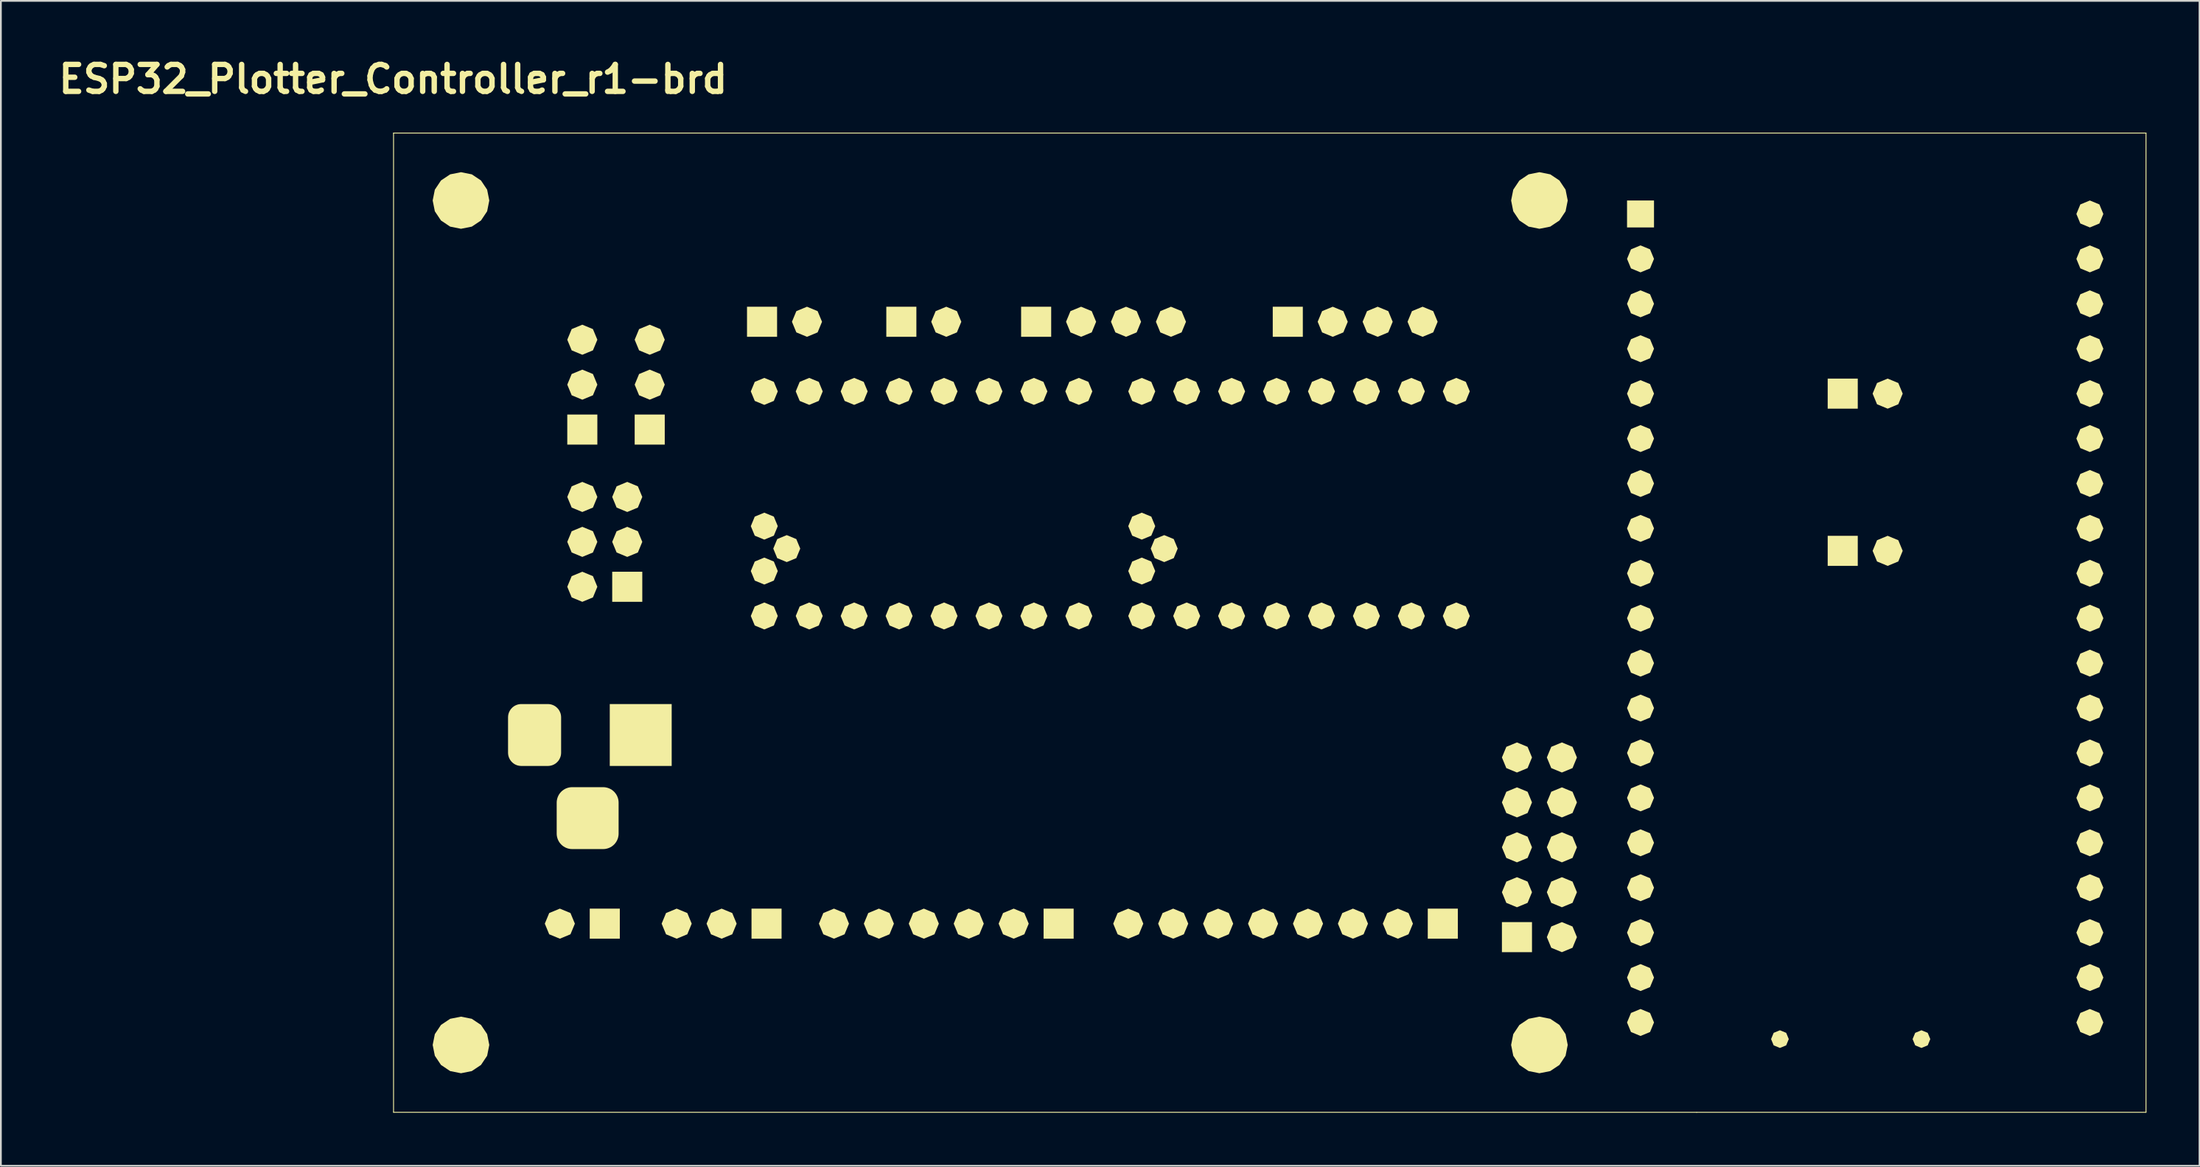
<source format=kicad_pcb>
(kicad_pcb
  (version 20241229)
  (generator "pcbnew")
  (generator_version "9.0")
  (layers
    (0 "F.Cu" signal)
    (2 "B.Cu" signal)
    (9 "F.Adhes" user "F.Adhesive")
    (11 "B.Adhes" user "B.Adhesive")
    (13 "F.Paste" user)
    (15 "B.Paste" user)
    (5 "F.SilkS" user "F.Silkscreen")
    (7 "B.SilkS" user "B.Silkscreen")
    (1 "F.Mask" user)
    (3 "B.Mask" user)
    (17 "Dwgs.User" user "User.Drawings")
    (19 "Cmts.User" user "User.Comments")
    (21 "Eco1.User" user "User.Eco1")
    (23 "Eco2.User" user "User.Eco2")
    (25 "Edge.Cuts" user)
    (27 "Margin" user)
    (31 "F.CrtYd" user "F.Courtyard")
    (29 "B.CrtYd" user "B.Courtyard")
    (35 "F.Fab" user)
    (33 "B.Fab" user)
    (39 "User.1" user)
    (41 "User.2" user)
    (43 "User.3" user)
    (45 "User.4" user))
  (footprint "ESP32_Plotter_Controller_r1-brd"
    (layer "F.Cu")
    (at 19.173 4.452)
    (property "Reference" "ESP32_Plotter_Controller_r1-brd" (at 0 -3.025 0) (layer "F.SilkS") (effects (font (size 1.524 1.524) (thickness 0.305))))
    (attr exclude_from_pos_files exclude_from_bom)
    (fp_line (start 0.023 0.023) (end 0.023 55.395) (stroke (width 0.05) (type solid)) (layer "F.SilkS"))
    (fp_line (start 0.023 0.023) (end 99.083 0.023) (stroke (width 0.05) (type solid)) (layer "F.SilkS"))
    (fp_line (start 0.023 55.395) (end 73.683 55.395) (stroke (width 0.05) (type solid)) (layer "F.SilkS"))
    (fp_line (start 73.683 55.395) (end 99.083 55.395) (stroke (width 0.05) (type solid)) (layer "F.SilkS"))
    (fp_line (start 99.083 0.023) (end 99.083 55.395) (stroke (width 0.05) (type solid)) (layer "F.SilkS"))
    (fp_poly (pts (xy 11.113 43.879) (xy 12.813 43.879) (xy 12.813 45.579) (xy 11.113 45.579) (xy 11.113 43.879)) (stroke (width 0) (type solid)) (fill yes) (layer "F.SilkS"))
    (fp_poly (pts (xy 11.543 15.939) (xy 11.543 17.639) (xy 9.843 17.639) (xy 9.843 15.939) (xy 11.543 15.939)) (stroke (width 0) (type solid)) (fill yes) (layer "F.SilkS"))
    (fp_poly (pts (xy 12.245 35.811) (xy 12.245 32.311) (xy 15.745 32.311) (xy 15.745 35.811) (xy 12.245 35.811)) (stroke (width 0) (type solid)) (fill yes) (layer "F.SilkS"))
    (fp_poly (pts (xy 14.083 24.829) (xy 14.083 26.529) (xy 12.383 26.529) (xy 12.383 24.829) (xy 14.083 24.829)) (stroke (width 0) (type solid)) (fill yes) (layer "F.SilkS"))
    (fp_poly (pts (xy 15.353 15.939) (xy 15.353 17.639) (xy 13.653 17.639) (xy 13.653 15.939) (xy 15.353 15.939)) (stroke (width 0) (type solid)) (fill yes) (layer "F.SilkS"))
    (fp_poly (pts (xy 20.257 43.879) (xy 21.957 43.879) (xy 21.957 45.579) (xy 20.257 45.579) (xy 20.257 43.879)) (stroke (width 0) (type solid)) (fill yes) (layer "F.SilkS"))
    (fp_poly (pts (xy 21.703 11.543) (xy 20.003 11.543) (xy 20.003 9.843) (xy 21.703 9.843) (xy 21.703 11.543)) (stroke (width 0) (type solid)) (fill yes) (layer "F.SilkS"))
    (fp_poly (pts (xy 29.577 11.543) (xy 27.877 11.543) (xy 27.877 9.843) (xy 29.577 9.843) (xy 29.577 11.543)) (stroke (width 0) (type solid)) (fill yes) (layer "F.SilkS"))
    (fp_poly (pts (xy 36.767 43.879) (xy 38.467 43.879) (xy 38.467 45.579) (xy 36.767 45.579) (xy 36.767 43.879)) (stroke (width 0) (type solid)) (fill yes) (layer "F.SilkS"))
    (fp_poly (pts (xy 37.197 11.543) (xy 35.497 11.543) (xy 35.497 9.843) (xy 37.197 9.843) (xy 37.197 11.543)) (stroke (width 0) (type solid)) (fill yes) (layer "F.SilkS"))
    (fp_poly (pts (xy 51.421 11.543) (xy 49.721 11.543) (xy 49.721 9.843) (xy 51.421 9.843) (xy 51.421 11.543)) (stroke (width 0) (type solid)) (fill yes) (layer "F.SilkS"))
    (fp_poly (pts (xy 58.484 43.879) (xy 60.184 43.879) (xy 60.184 45.579) (xy 58.484 45.579) (xy 58.484 43.879)) (stroke (width 0) (type solid)) (fill yes) (layer "F.SilkS"))
    (fp_poly (pts (xy 64.375 44.641) (xy 64.375 46.341) (xy 62.675 46.341) (xy 62.675 44.641) (xy 64.375 44.641)) (stroke (width 0) (type solid)) (fill yes) (layer "F.SilkS"))
    (fp_poly (pts (xy 69.748 5.359) (xy 69.748 3.835) (xy 71.272 3.835) (xy 71.272 5.359) (xy 69.748 5.359)) (stroke (width 0) (type solid)) (fill yes) (layer "F.SilkS"))
    (fp_poly (pts (xy 82.79 15.607) (xy 81.09 15.607) (xy 81.09 13.907) (xy 82.79 13.907) (xy 82.79 15.607)) (stroke (width 0) (type solid)) (fill yes) (layer "F.SilkS"))
    (fp_poly (pts (xy 82.79 24.497) (xy 81.09 24.497) (xy 81.09 22.797) (xy 82.79 22.797) (xy 82.79 24.497)) (stroke (width 0) (type solid)) (fill yes) (layer "F.SilkS"))
    (fp_poly (pts (xy 10.273 44.729) (xy 10.024 45.33) (xy 9.423 45.579) (xy 8.822 45.33) (xy 8.573 44.729) (xy 8.822 44.128) (xy 9.423 43.879) (xy 10.024 44.128) (xy 10.273 44.729)) (stroke (width 0) (type solid)) (fill yes) (layer "F.SilkS"))
    (fp_poly (pts (xy 11.543 11.709) (xy 11.294 12.31) (xy 10.693 12.559) (xy 10.092 12.31) (xy 9.843 11.709) (xy 10.092 11.108) (xy 10.693 10.859) (xy 11.294 11.108) (xy 11.543 11.709)) (stroke (width 0) (type solid)) (fill yes) (layer "F.SilkS"))
    (fp_poly (pts (xy 11.543 14.249) (xy 11.294 14.85) (xy 10.693 15.099) (xy 10.092 14.85) (xy 9.843 14.249) (xy 10.092 13.648) (xy 10.693 13.399) (xy 11.294 13.648) (xy 11.543 14.249)) (stroke (width 0) (type solid)) (fill yes) (layer "F.SilkS"))
    (fp_poly (pts (xy 11.543 20.599) (xy 11.294 21.2) (xy 10.693 21.449) (xy 10.092 21.2) (xy 9.843 20.599) (xy 10.092 19.998) (xy 10.693 19.749) (xy 11.294 19.998) (xy 11.543 20.599)) (stroke (width 0) (type solid)) (fill yes) (layer "F.SilkS"))
    (fp_poly (pts (xy 11.543 23.139) (xy 11.294 23.74) (xy 10.693 23.989) (xy 10.092 23.74) (xy 9.843 23.139) (xy 10.092 22.538) (xy 10.693 22.289) (xy 11.294 22.538) (xy 11.543 23.139)) (stroke (width 0) (type solid)) (fill yes) (layer "F.SilkS"))
    (fp_poly (pts (xy 11.543 25.679) (xy 11.294 26.28) (xy 10.693 26.529) (xy 10.092 26.28) (xy 9.843 25.679) (xy 10.092 25.078) (xy 10.693 24.829) (xy 11.294 25.078) (xy 11.543 25.679)) (stroke (width 0) (type solid)) (fill yes) (layer "F.SilkS"))
    (fp_poly (pts (xy 14.083 20.599) (xy 13.834 21.2) (xy 13.233 21.449) (xy 12.632 21.2) (xy 12.383 20.599) (xy 12.632 19.998) (xy 13.233 19.749) (xy 13.834 19.998) (xy 14.083 20.599)) (stroke (width 0) (type solid)) (fill yes) (layer "F.SilkS"))
    (fp_poly (pts (xy 14.083 23.139) (xy 13.834 23.74) (xy 13.233 23.989) (xy 12.632 23.74) (xy 12.383 23.139) (xy 12.632 22.538) (xy 13.233 22.289) (xy 13.834 22.538) (xy 14.083 23.139)) (stroke (width 0) (type solid)) (fill yes) (layer "F.SilkS"))
    (fp_poly (pts (xy 15.353 11.709) (xy 15.104 12.31) (xy 14.503 12.559) (xy 13.902 12.31) (xy 13.653 11.709) (xy 13.902 11.108) (xy 14.503 10.859) (xy 15.104 11.108) (xy 15.353 11.709)) (stroke (width 0) (type solid)) (fill yes) (layer "F.SilkS"))
    (fp_poly (pts (xy 15.353 14.249) (xy 15.104 14.85) (xy 14.503 15.099) (xy 13.902 14.85) (xy 13.653 14.249) (xy 13.902 13.648) (xy 14.503 13.399) (xy 15.104 13.648) (xy 15.353 14.249)) (stroke (width 0) (type solid)) (fill yes) (layer "F.SilkS"))
    (fp_poly (pts (xy 16.877 44.729) (xy 16.628 45.33) (xy 16.027 45.579) (xy 15.426 45.33) (xy 15.177 44.729) (xy 15.426 44.128) (xy 16.027 43.879) (xy 16.628 44.128) (xy 16.877 44.729)) (stroke (width 0) (type solid)) (fill yes) (layer "F.SilkS"))
    (fp_poly (pts (xy 19.417 44.729) (xy 19.168 45.33) (xy 18.567 45.579) (xy 17.966 45.33) (xy 17.717 44.729) (xy 17.966 44.128) (xy 18.567 43.879) (xy 19.168 44.128) (xy 19.417 44.729)) (stroke (width 0) (type solid)) (fill yes) (layer "F.SilkS"))
    (fp_poly (pts (xy 21.742 14.63) (xy 21.519 15.169) (xy 20.98 15.392) (xy 20.441 15.169) (xy 20.218 14.63) (xy 20.441 14.091) (xy 20.98 13.868) (xy 21.519 14.091) (xy 21.742 14.63)) (stroke (width 0) (type solid)) (fill yes) (layer "F.SilkS"))
    (fp_poly (pts (xy 21.742 22.25) (xy 21.519 22.789) (xy 20.98 23.012) (xy 20.441 22.789) (xy 20.218 22.25) (xy 20.441 21.711) (xy 20.98 21.488) (xy 21.519 21.711) (xy 21.742 22.25)) (stroke (width 0) (type solid)) (fill yes) (layer "F.SilkS"))
    (fp_poly (pts (xy 21.742 24.79) (xy 21.519 25.329) (xy 20.98 25.552) (xy 20.441 25.329) (xy 20.218 24.79) (xy 20.441 24.251) (xy 20.98 24.028) (xy 21.519 24.251) (xy 21.742 24.79)) (stroke (width 0) (type solid)) (fill yes) (layer "F.SilkS"))
    (fp_poly (pts (xy 21.742 27.33) (xy 21.519 27.869) (xy 20.98 28.092) (xy 20.441 27.869) (xy 20.218 27.33) (xy 20.441 26.791) (xy 20.98 26.568) (xy 21.519 26.791) (xy 21.742 27.33)) (stroke (width 0) (type solid)) (fill yes) (layer "F.SilkS"))
    (fp_poly (pts (xy 23.012 23.52) (xy 22.789 24.059) (xy 22.25 24.282) (xy 21.711 24.059) (xy 21.488 23.52) (xy 21.711 22.981) (xy 22.25 22.758) (xy 22.789 22.981) (xy 23.012 23.52)) (stroke (width 0) (type solid)) (fill yes) (layer "F.SilkS"))
    (fp_poly (pts (xy 24.243 10.693) (xy 23.994 11.294) (xy 23.393 11.543) (xy 22.792 11.294) (xy 22.543 10.693) (xy 22.792 10.092) (xy 23.393 9.843) (xy 23.994 10.092) (xy 24.243 10.693)) (stroke (width 0) (type solid)) (fill yes) (layer "F.SilkS"))
    (fp_poly (pts (xy 24.282 14.63) (xy 24.059 15.169) (xy 23.52 15.392) (xy 22.981 15.169) (xy 22.758 14.63) (xy 22.981 14.091) (xy 23.52 13.868) (xy 24.059 14.091) (xy 24.282 14.63)) (stroke (width 0) (type solid)) (fill yes) (layer "F.SilkS"))
    (fp_poly (pts (xy 24.282 27.33) (xy 24.059 27.869) (xy 23.52 28.092) (xy 22.981 27.869) (xy 22.758 27.33) (xy 22.981 26.791) (xy 23.52 26.568) (xy 24.059 26.791) (xy 24.282 27.33)) (stroke (width 0) (type solid)) (fill yes) (layer "F.SilkS"))
    (fp_poly (pts (xy 25.767 44.729) (xy 25.518 45.33) (xy 24.917 45.579) (xy 24.316 45.33) (xy 24.067 44.729) (xy 24.316 44.128) (xy 24.917 43.879) (xy 25.518 44.128) (xy 25.767 44.729)) (stroke (width 0) (type solid)) (fill yes) (layer "F.SilkS"))
    (fp_poly (pts (xy 26.822 14.63) (xy 26.599 15.169) (xy 26.06 15.392) (xy 25.521 15.169) (xy 25.298 14.63) (xy 25.521 14.091) (xy 26.06 13.868) (xy 26.599 14.091) (xy 26.822 14.63)) (stroke (width 0) (type solid)) (fill yes) (layer "F.SilkS"))
    (fp_poly (pts (xy 26.822 27.33) (xy 26.599 27.869) (xy 26.06 28.092) (xy 25.521 27.869) (xy 25.298 27.33) (xy 25.521 26.791) (xy 26.06 26.568) (xy 26.599 26.791) (xy 26.822 27.33)) (stroke (width 0) (type solid)) (fill yes) (layer "F.SilkS"))
    (fp_poly (pts (xy 28.307 44.729) (xy 28.058 45.33) (xy 27.457 45.579) (xy 26.856 45.33) (xy 26.607 44.729) (xy 26.856 44.128) (xy 27.457 43.879) (xy 28.058 44.128) (xy 28.307 44.729)) (stroke (width 0) (type solid)) (fill yes) (layer "F.SilkS"))
    (fp_poly (pts (xy 29.362 14.63) (xy 29.139 15.169) (xy 28.6 15.392) (xy 28.061 15.169) (xy 27.838 14.63) (xy 28.061 14.091) (xy 28.6 13.868) (xy 29.139 14.091) (xy 29.362 14.63)) (stroke (width 0) (type solid)) (fill yes) (layer "F.SilkS"))
    (fp_poly (pts (xy 29.362 27.33) (xy 29.139 27.869) (xy 28.6 28.092) (xy 28.061 27.869) (xy 27.838 27.33) (xy 28.061 26.791) (xy 28.6 26.568) (xy 29.139 26.791) (xy 29.362 27.33)) (stroke (width 0) (type solid)) (fill yes) (layer "F.SilkS"))
    (fp_poly (pts (xy 30.847 44.729) (xy 30.598 45.33) (xy 29.997 45.579) (xy 29.396 45.33) (xy 29.147 44.729) (xy 29.396 44.128) (xy 29.997 43.879) (xy 30.598 44.128) (xy 30.847 44.729)) (stroke (width 0) (type solid)) (fill yes) (layer "F.SilkS"))
    (fp_poly (pts (xy 31.902 14.63) (xy 31.679 15.169) (xy 31.14 15.392) (xy 30.601 15.169) (xy 30.378 14.63) (xy 30.601 14.091) (xy 31.14 13.868) (xy 31.679 14.091) (xy 31.902 14.63)) (stroke (width 0) (type solid)) (fill yes) (layer "F.SilkS"))
    (fp_poly (pts (xy 31.902 27.33) (xy 31.679 27.869) (xy 31.14 28.092) (xy 30.601 27.869) (xy 30.378 27.33) (xy 30.601 26.791) (xy 31.14 26.568) (xy 31.679 26.791) (xy 31.902 27.33)) (stroke (width 0) (type solid)) (fill yes) (layer "F.SilkS"))
    (fp_poly (pts (xy 32.117 10.693) (xy 31.868 11.294) (xy 31.267 11.543) (xy 30.666 11.294) (xy 30.417 10.693) (xy 30.666 10.092) (xy 31.267 9.843) (xy 31.868 10.092) (xy 32.117 10.693)) (stroke (width 0) (type solid)) (fill yes) (layer "F.SilkS"))
    (fp_poly (pts (xy 33.387 44.729) (xy 33.138 45.33) (xy 32.537 45.579) (xy 31.936 45.33) (xy 31.687 44.729) (xy 31.936 44.128) (xy 32.537 43.879) (xy 33.138 44.128) (xy 33.387 44.729)) (stroke (width 0) (type solid)) (fill yes) (layer "F.SilkS"))
    (fp_poly (pts (xy 34.442 14.63) (xy 34.219 15.169) (xy 33.68 15.392) (xy 33.141 15.169) (xy 32.918 14.63) (xy 33.141 14.091) (xy 33.68 13.868) (xy 34.219 14.091) (xy 34.442 14.63)) (stroke (width 0) (type solid)) (fill yes) (layer "F.SilkS"))
    (fp_poly (pts (xy 34.442 27.33) (xy 34.219 27.869) (xy 33.68 28.092) (xy 33.141 27.869) (xy 32.918 27.33) (xy 33.141 26.791) (xy 33.68 26.568) (xy 34.219 26.791) (xy 34.442 27.33)) (stroke (width 0) (type solid)) (fill yes) (layer "F.SilkS"))
    (fp_poly (pts (xy 35.927 44.729) (xy 35.678 45.33) (xy 35.077 45.579) (xy 34.476 45.33) (xy 34.227 44.729) (xy 34.476 44.128) (xy 35.077 43.879) (xy 35.678 44.128) (xy 35.927 44.729)) (stroke (width 0) (type solid)) (fill yes) (layer "F.SilkS"))
    (fp_poly (pts (xy 36.982 14.63) (xy 36.759 15.169) (xy 36.22 15.392) (xy 35.681 15.169) (xy 35.458 14.63) (xy 35.681 14.091) (xy 36.22 13.868) (xy 36.759 14.091) (xy 36.982 14.63)) (stroke (width 0) (type solid)) (fill yes) (layer "F.SilkS"))
    (fp_poly (pts (xy 36.982 27.33) (xy 36.759 27.869) (xy 36.22 28.092) (xy 35.681 27.869) (xy 35.458 27.33) (xy 35.681 26.791) (xy 36.22 26.568) (xy 36.759 26.791) (xy 36.982 27.33)) (stroke (width 0) (type solid)) (fill yes) (layer "F.SilkS"))
    (fp_poly (pts (xy 39.522 14.63) (xy 39.299 15.169) (xy 38.76 15.392) (xy 38.221 15.169) (xy 37.998 14.63) (xy 38.221 14.091) (xy 38.76 13.868) (xy 39.299 14.091) (xy 39.522 14.63)) (stroke (width 0) (type solid)) (fill yes) (layer "F.SilkS"))
    (fp_poly (pts (xy 39.522 27.33) (xy 39.299 27.869) (xy 38.76 28.092) (xy 38.221 27.869) (xy 37.998 27.33) (xy 38.221 26.791) (xy 38.76 26.568) (xy 39.299 26.791) (xy 39.522 27.33)) (stroke (width 0) (type solid)) (fill yes) (layer "F.SilkS"))
    (fp_poly (pts (xy 39.737 10.693) (xy 39.488 11.294) (xy 38.887 11.543) (xy 38.286 11.294) (xy 38.037 10.693) (xy 38.286 10.092) (xy 38.887 9.843) (xy 39.488 10.092) (xy 39.737 10.693)) (stroke (width 0) (type solid)) (fill yes) (layer "F.SilkS"))
    (fp_poly (pts (xy 42.277 10.693) (xy 42.028 11.294) (xy 41.427 11.543) (xy 40.826 11.294) (xy 40.577 10.693) (xy 40.826 10.092) (xy 41.427 9.843) (xy 42.028 10.092) (xy 42.277 10.693)) (stroke (width 0) (type solid)) (fill yes) (layer "F.SilkS"))
    (fp_poly (pts (xy 42.404 44.729) (xy 42.155 45.33) (xy 41.554 45.579) (xy 40.953 45.33) (xy 40.704 44.729) (xy 40.953 44.128) (xy 41.554 43.879) (xy 42.155 44.128) (xy 42.404 44.729)) (stroke (width 0) (type solid)) (fill yes) (layer "F.SilkS"))
    (fp_poly (pts (xy 43.078 14.63) (xy 42.855 15.169) (xy 42.316 15.392) (xy 41.777 15.169) (xy 41.554 14.63) (xy 41.777 14.091) (xy 42.316 13.868) (xy 42.855 14.091) (xy 43.078 14.63)) (stroke (width 0) (type solid)) (fill yes) (layer "F.SilkS"))
    (fp_poly (pts (xy 43.078 22.25) (xy 42.855 22.789) (xy 42.316 23.012) (xy 41.777 22.789) (xy 41.554 22.25) (xy 41.777 21.711) (xy 42.316 21.488) (xy 42.855 21.711) (xy 43.078 22.25)) (stroke (width 0) (type solid)) (fill yes) (layer "F.SilkS"))
    (fp_poly (pts (xy 43.078 24.79) (xy 42.855 25.329) (xy 42.316 25.552) (xy 41.777 25.329) (xy 41.554 24.79) (xy 41.777 24.251) (xy 42.316 24.028) (xy 42.855 24.251) (xy 43.078 24.79)) (stroke (width 0) (type solid)) (fill yes) (layer "F.SilkS"))
    (fp_poly (pts (xy 43.078 27.33) (xy 42.855 27.869) (xy 42.316 28.092) (xy 41.777 27.869) (xy 41.554 27.33) (xy 41.777 26.791) (xy 42.316 26.568) (xy 42.855 26.791) (xy 43.078 27.33)) (stroke (width 0) (type solid)) (fill yes) (layer "F.SilkS"))
    (fp_poly (pts (xy 44.348 23.52) (xy 44.125 24.059) (xy 43.586 24.282) (xy 43.047 24.059) (xy 42.824 23.52) (xy 43.047 22.981) (xy 43.586 22.758) (xy 44.125 22.981) (xy 44.348 23.52)) (stroke (width 0) (type solid)) (fill yes) (layer "F.SilkS"))
    (fp_poly (pts (xy 44.817 10.693) (xy 44.568 11.294) (xy 43.967 11.543) (xy 43.366 11.294) (xy 43.117 10.693) (xy 43.366 10.092) (xy 43.967 9.843) (xy 44.568 10.092) (xy 44.817 10.693)) (stroke (width 0) (type solid)) (fill yes) (layer "F.SilkS"))
    (fp_poly (pts (xy 44.944 44.729) (xy 44.695 45.33) (xy 44.094 45.579) (xy 43.493 45.33) (xy 43.244 44.729) (xy 43.493 44.128) (xy 44.094 43.879) (xy 44.695 44.128) (xy 44.944 44.729)) (stroke (width 0) (type solid)) (fill yes) (layer "F.SilkS"))
    (fp_poly (pts (xy 45.618 14.63) (xy 45.395 15.169) (xy 44.856 15.392) (xy 44.317 15.169) (xy 44.094 14.63) (xy 44.317 14.091) (xy 44.856 13.868) (xy 45.395 14.091) (xy 45.618 14.63)) (stroke (width 0) (type solid)) (fill yes) (layer "F.SilkS"))
    (fp_poly (pts (xy 45.618 27.33) (xy 45.395 27.869) (xy 44.856 28.092) (xy 44.317 27.869) (xy 44.094 27.33) (xy 44.317 26.791) (xy 44.856 26.568) (xy 45.395 26.791) (xy 45.618 27.33)) (stroke (width 0) (type solid)) (fill yes) (layer "F.SilkS"))
    (fp_poly (pts (xy 47.484 44.729) (xy 47.235 45.33) (xy 46.634 45.579) (xy 46.033 45.33) (xy 45.784 44.729) (xy 46.033 44.128) (xy 46.634 43.879) (xy 47.235 44.128) (xy 47.484 44.729)) (stroke (width 0) (type solid)) (fill yes) (layer "F.SilkS"))
    (fp_poly (pts (xy 48.158 14.63) (xy 47.935 15.169) (xy 47.396 15.392) (xy 46.857 15.169) (xy 46.634 14.63) (xy 46.857 14.091) (xy 47.396 13.868) (xy 47.935 14.091) (xy 48.158 14.63)) (stroke (width 0) (type solid)) (fill yes) (layer "F.SilkS"))
    (fp_poly (pts (xy 48.158 27.33) (xy 47.935 27.869) (xy 47.396 28.092) (xy 46.857 27.869) (xy 46.634 27.33) (xy 46.857 26.791) (xy 47.396 26.568) (xy 47.935 26.791) (xy 48.158 27.33)) (stroke (width 0) (type solid)) (fill yes) (layer "F.SilkS"))
    (fp_poly (pts (xy 50.024 44.729) (xy 49.775 45.33) (xy 49.174 45.579) (xy 48.573 45.33) (xy 48.324 44.729) (xy 48.573 44.128) (xy 49.174 43.879) (xy 49.775 44.128) (xy 50.024 44.729)) (stroke (width 0) (type solid)) (fill yes) (layer "F.SilkS"))
    (fp_poly (pts (xy 50.698 14.63) (xy 50.475 15.169) (xy 49.936 15.392) (xy 49.397 15.169) (xy 49.174 14.63) (xy 49.397 14.091) (xy 49.936 13.868) (xy 50.475 14.091) (xy 50.698 14.63)) (stroke (width 0) (type solid)) (fill yes) (layer "F.SilkS"))
    (fp_poly (pts (xy 50.698 27.33) (xy 50.475 27.869) (xy 49.936 28.092) (xy 49.397 27.869) (xy 49.174 27.33) (xy 49.397 26.791) (xy 49.936 26.568) (xy 50.475 26.791) (xy 50.698 27.33)) (stroke (width 0) (type solid)) (fill yes) (layer "F.SilkS"))
    (fp_poly (pts (xy 52.564 44.729) (xy 52.315 45.33) (xy 51.714 45.579) (xy 51.113 45.33) (xy 50.864 44.729) (xy 51.113 44.128) (xy 51.714 43.879) (xy 52.315 44.128) (xy 52.564 44.729)) (stroke (width 0) (type solid)) (fill yes) (layer "F.SilkS"))
    (fp_poly (pts (xy 53.238 14.63) (xy 53.015 15.169) (xy 52.476 15.392) (xy 51.937 15.169) (xy 51.714 14.63) (xy 51.937 14.091) (xy 52.476 13.868) (xy 53.015 14.091) (xy 53.238 14.63)) (stroke (width 0) (type solid)) (fill yes) (layer "F.SilkS"))
    (fp_poly (pts (xy 53.238 27.33) (xy 53.015 27.869) (xy 52.476 28.092) (xy 51.937 27.869) (xy 51.714 27.33) (xy 51.937 26.791) (xy 52.476 26.568) (xy 53.015 26.791) (xy 53.238 27.33)) (stroke (width 0) (type solid)) (fill yes) (layer "F.SilkS"))
    (fp_poly (pts (xy 53.961 10.693) (xy 53.712 11.294) (xy 53.111 11.543) (xy 52.51 11.294) (xy 52.261 10.693) (xy 52.51 10.092) (xy 53.111 9.843) (xy 53.712 10.092) (xy 53.961 10.693)) (stroke (width 0) (type solid)) (fill yes) (layer "F.SilkS"))
    (fp_poly (pts (xy 55.104 44.729) (xy 54.855 45.33) (xy 54.254 45.579) (xy 53.653 45.33) (xy 53.404 44.729) (xy 53.653 44.128) (xy 54.254 43.879) (xy 54.855 44.128) (xy 55.104 44.729)) (stroke (width 0) (type solid)) (fill yes) (layer "F.SilkS"))
    (fp_poly (pts (xy 55.778 14.63) (xy 55.555 15.169) (xy 55.016 15.392) (xy 54.477 15.169) (xy 54.254 14.63) (xy 54.477 14.091) (xy 55.016 13.868) (xy 55.555 14.091) (xy 55.778 14.63)) (stroke (width 0) (type solid)) (fill yes) (layer "F.SilkS"))
    (fp_poly (pts (xy 55.778 27.33) (xy 55.555 27.869) (xy 55.016 28.092) (xy 54.477 27.869) (xy 54.254 27.33) (xy 54.477 26.791) (xy 55.016 26.568) (xy 55.555 26.791) (xy 55.778 27.33)) (stroke (width 0) (type solid)) (fill yes) (layer "F.SilkS"))
    (fp_poly (pts (xy 56.501 10.693) (xy 56.252 11.294) (xy 55.651 11.543) (xy 55.05 11.294) (xy 54.801 10.693) (xy 55.05 10.092) (xy 55.651 9.843) (xy 56.252 10.092) (xy 56.501 10.693)) (stroke (width 0) (type solid)) (fill yes) (layer "F.SilkS"))
    (fp_poly (pts (xy 57.644 44.729) (xy 57.395 45.33) (xy 56.794 45.579) (xy 56.193 45.33) (xy 55.944 44.729) (xy 56.193 44.128) (xy 56.794 43.879) (xy 57.395 44.128) (xy 57.644 44.729)) (stroke (width 0) (type solid)) (fill yes) (layer "F.SilkS"))
    (fp_poly (pts (xy 58.318 14.63) (xy 58.095 15.169) (xy 57.556 15.392) (xy 57.017 15.169) (xy 56.794 14.63) (xy 57.017 14.091) (xy 57.556 13.868) (xy 58.095 14.091) (xy 58.318 14.63)) (stroke (width 0) (type solid)) (fill yes) (layer "F.SilkS"))
    (fp_poly (pts (xy 58.318 27.33) (xy 58.095 27.869) (xy 57.556 28.092) (xy 57.017 27.869) (xy 56.794 27.33) (xy 57.017 26.791) (xy 57.556 26.568) (xy 58.095 26.791) (xy 58.318 27.33)) (stroke (width 0) (type solid)) (fill yes) (layer "F.SilkS"))
    (fp_poly (pts (xy 59.041 10.693) (xy 58.792 11.294) (xy 58.191 11.543) (xy 57.59 11.294) (xy 57.341 10.693) (xy 57.59 10.092) (xy 58.191 9.843) (xy 58.792 10.092) (xy 59.041 10.693)) (stroke (width 0) (type solid)) (fill yes) (layer "F.SilkS"))
    (fp_poly (pts (xy 60.858 14.63) (xy 60.635 15.169) (xy 60.096 15.392) (xy 59.557 15.169) (xy 59.334 14.63) (xy 59.557 14.091) (xy 60.096 13.868) (xy 60.635 14.091) (xy 60.858 14.63)) (stroke (width 0) (type solid)) (fill yes) (layer "F.SilkS"))
    (fp_poly (pts (xy 60.858 27.33) (xy 60.635 27.869) (xy 60.096 28.092) (xy 59.557 27.869) (xy 59.334 27.33) (xy 59.557 26.791) (xy 60.096 26.568) (xy 60.635 26.791) (xy 60.858 27.33)) (stroke (width 0) (type solid)) (fill yes) (layer "F.SilkS"))
    (fp_poly (pts (xy 64.375 35.331) (xy 64.126 35.932) (xy 63.525 36.181) (xy 62.924 35.932) (xy 62.675 35.331) (xy 62.924 34.73) (xy 63.525 34.481) (xy 64.126 34.73) (xy 64.375 35.331)) (stroke (width 0) (type solid)) (fill yes) (layer "F.SilkS"))
    (fp_poly (pts (xy 64.375 37.871) (xy 64.126 38.472) (xy 63.525 38.721) (xy 62.924 38.472) (xy 62.675 37.871) (xy 62.924 37.27) (xy 63.525 37.021) (xy 64.126 37.27) (xy 64.375 37.871)) (stroke (width 0) (type solid)) (fill yes) (layer "F.SilkS"))
    (fp_poly (pts (xy 64.375 40.411) (xy 64.126 41.012) (xy 63.525 41.261) (xy 62.924 41.012) (xy 62.675 40.411) (xy 62.924 39.81) (xy 63.525 39.561) (xy 64.126 39.81) (xy 64.375 40.411)) (stroke (width 0) (type solid)) (fill yes) (layer "F.SilkS"))
    (fp_poly (pts (xy 64.375 42.951) (xy 64.126 43.552) (xy 63.525 43.801) (xy 62.924 43.552) (xy 62.675 42.951) (xy 62.924 42.35) (xy 63.525 42.101) (xy 64.126 42.35) (xy 64.375 42.951)) (stroke (width 0) (type solid)) (fill yes) (layer "F.SilkS"))
    (fp_poly (pts (xy 66.915 35.331) (xy 66.666 35.932) (xy 66.065 36.181) (xy 65.464 35.932) (xy 65.215 35.331) (xy 65.464 34.73) (xy 66.065 34.481) (xy 66.666 34.73) (xy 66.915 35.331)) (stroke (width 0) (type solid)) (fill yes) (layer "F.SilkS"))
    (fp_poly (pts (xy 66.915 37.871) (xy 66.666 38.472) (xy 66.065 38.721) (xy 65.464 38.472) (xy 65.215 37.871) (xy 65.464 37.27) (xy 66.065 37.021) (xy 66.666 37.27) (xy 66.915 37.871)) (stroke (width 0) (type solid)) (fill yes) (layer "F.SilkS"))
    (fp_poly (pts (xy 66.915 40.411) (xy 66.666 41.012) (xy 66.065 41.261) (xy 65.464 41.012) (xy 65.215 40.411) (xy 65.464 39.81) (xy 66.065 39.561) (xy 66.666 39.81) (xy 66.915 40.411)) (stroke (width 0) (type solid)) (fill yes) (layer "F.SilkS"))
    (fp_poly (pts (xy 66.915 42.951) (xy 66.666 43.552) (xy 66.065 43.801) (xy 65.464 43.552) (xy 65.215 42.951) (xy 65.464 42.35) (xy 66.065 42.101) (xy 66.666 42.35) (xy 66.915 42.951)) (stroke (width 0) (type solid)) (fill yes) (layer "F.SilkS"))
    (fp_poly (pts (xy 66.915 45.491) (xy 66.666 46.092) (xy 66.065 46.341) (xy 65.464 46.092) (xy 65.215 45.491) (xy 65.464 44.89) (xy 66.065 44.641) (xy 66.666 44.89) (xy 66.915 45.491)) (stroke (width 0) (type solid)) (fill yes) (layer "F.SilkS"))
    (fp_poly (pts (xy 71.272 7.137) (xy 71.049 7.676) (xy 70.51 7.899) (xy 69.971 7.676) (xy 69.748 7.137) (xy 69.971 6.598) (xy 70.51 6.375) (xy 71.049 6.598) (xy 71.272 7.137)) (stroke (width 0) (type solid)) (fill yes) (layer "F.SilkS"))
    (fp_poly (pts (xy 71.272 9.677) (xy 71.049 10.216) (xy 70.51 10.439) (xy 69.971 10.216) (xy 69.748 9.677) (xy 69.971 9.138) (xy 70.51 8.915) (xy 71.049 9.138) (xy 71.272 9.677)) (stroke (width 0) (type solid)) (fill yes) (layer "F.SilkS"))
    (fp_poly (pts (xy 71.272 12.217) (xy 71.049 12.756) (xy 70.51 12.979) (xy 69.971 12.756) (xy 69.748 12.217) (xy 69.971 11.678) (xy 70.51 11.455) (xy 71.049 11.678) (xy 71.272 12.217)) (stroke (width 0) (type solid)) (fill yes) (layer "F.SilkS"))
    (fp_poly (pts (xy 71.272 14.757) (xy 71.049 15.296) (xy 70.51 15.519) (xy 69.971 15.296) (xy 69.748 14.757) (xy 69.971 14.218) (xy 70.51 13.995) (xy 71.049 14.218) (xy 71.272 14.757)) (stroke (width 0) (type solid)) (fill yes) (layer "F.SilkS"))
    (fp_poly (pts (xy 71.272 17.297) (xy 71.049 17.836) (xy 70.51 18.059) (xy 69.971 17.836) (xy 69.748 17.297) (xy 69.971 16.758) (xy 70.51 16.535) (xy 71.049 16.758) (xy 71.272 17.297)) (stroke (width 0) (type solid)) (fill yes) (layer "F.SilkS"))
    (fp_poly (pts (xy 71.272 19.837) (xy 71.049 20.376) (xy 70.51 20.599) (xy 69.971 20.376) (xy 69.748 19.837) (xy 69.971 19.298) (xy 70.51 19.075) (xy 71.049 19.298) (xy 71.272 19.837)) (stroke (width 0) (type solid)) (fill yes) (layer "F.SilkS"))
    (fp_poly (pts (xy 71.272 22.377) (xy 71.049 22.916) (xy 70.51 23.139) (xy 69.971 22.916) (xy 69.748 22.377) (xy 69.971 21.838) (xy 70.51 21.615) (xy 71.049 21.838) (xy 71.272 22.377)) (stroke (width 0) (type solid)) (fill yes) (layer "F.SilkS"))
    (fp_poly (pts (xy 71.272 24.917) (xy 71.049 25.456) (xy 70.51 25.679) (xy 69.971 25.456) (xy 69.748 24.917) (xy 69.971 24.378) (xy 70.51 24.155) (xy 71.049 24.378) (xy 71.272 24.917)) (stroke (width 0) (type solid)) (fill yes) (layer "F.SilkS"))
    (fp_poly (pts (xy 71.272 27.457) (xy 71.049 27.996) (xy 70.51 28.219) (xy 69.971 27.996) (xy 69.748 27.457) (xy 69.971 26.918) (xy 70.51 26.695) (xy 71.049 26.918) (xy 71.272 27.457)) (stroke (width 0) (type solid)) (fill yes) (layer "F.SilkS"))
    (fp_poly (pts (xy 71.272 29.997) (xy 71.049 30.536) (xy 70.51 30.759) (xy 69.971 30.536) (xy 69.748 29.997) (xy 69.971 29.458) (xy 70.51 29.235) (xy 71.049 29.458) (xy 71.272 29.997)) (stroke (width 0) (type solid)) (fill yes) (layer "F.SilkS"))
    (fp_poly (pts (xy 71.272 32.537) (xy 71.049 33.076) (xy 70.51 33.299) (xy 69.971 33.076) (xy 69.748 32.537) (xy 69.971 31.998) (xy 70.51 31.775) (xy 71.049 31.998) (xy 71.272 32.537)) (stroke (width 0) (type solid)) (fill yes) (layer "F.SilkS"))
    (fp_poly (pts (xy 71.272 35.077) (xy 71.049 35.616) (xy 70.51 35.839) (xy 69.971 35.616) (xy 69.748 35.077) (xy 69.971 34.538) (xy 70.51 34.315) (xy 71.049 34.538) (xy 71.272 35.077)) (stroke (width 0) (type solid)) (fill yes) (layer "F.SilkS"))
    (fp_poly (pts (xy 71.272 37.617) (xy 71.049 38.156) (xy 70.51 38.379) (xy 69.971 38.156) (xy 69.748 37.617) (xy 69.971 37.078) (xy 70.51 36.855) (xy 71.049 37.078) (xy 71.272 37.617)) (stroke (width 0) (type solid)) (fill yes) (layer "F.SilkS"))
    (fp_poly (pts (xy 71.272 40.157) (xy 71.049 40.696) (xy 70.51 40.919) (xy 69.971 40.696) (xy 69.748 40.157) (xy 69.971 39.618) (xy 70.51 39.395) (xy 71.049 39.618) (xy 71.272 40.157)) (stroke (width 0) (type solid)) (fill yes) (layer "F.SilkS"))
    (fp_poly (pts (xy 71.272 42.697) (xy 71.049 43.236) (xy 70.51 43.459) (xy 69.971 43.236) (xy 69.748 42.697) (xy 69.971 42.158) (xy 70.51 41.935) (xy 71.049 42.158) (xy 71.272 42.697)) (stroke (width 0) (type solid)) (fill yes) (layer "F.SilkS"))
    (fp_poly (pts (xy 71.272 45.237) (xy 71.049 45.776) (xy 70.51 45.999) (xy 69.971 45.776) (xy 69.748 45.237) (xy 69.971 44.698) (xy 70.51 44.475) (xy 71.049 44.698) (xy 71.272 45.237)) (stroke (width 0) (type solid)) (fill yes) (layer "F.SilkS"))
    (fp_poly (pts (xy 71.272 47.777) (xy 71.049 48.316) (xy 70.51 48.539) (xy 69.971 48.316) (xy 69.748 47.777) (xy 69.971 47.238) (xy 70.51 47.015) (xy 71.049 47.238) (xy 71.272 47.777)) (stroke (width 0) (type solid)) (fill yes) (layer "F.SilkS"))
    (fp_poly (pts (xy 71.272 50.317) (xy 71.049 50.856) (xy 70.51 51.079) (xy 69.971 50.856) (xy 69.748 50.317) (xy 69.971 49.778) (xy 70.51 49.555) (xy 71.049 49.778) (xy 71.272 50.317)) (stroke (width 0) (type solid)) (fill yes) (layer "F.SilkS"))
    (fp_poly (pts (xy 78.89 51.257) (xy 78.744 51.61) (xy 78.39 51.757) (xy 78.036 51.61) (xy 77.89 51.257) (xy 78.036 50.903) (xy 78.39 50.757) (xy 78.744 50.903) (xy 78.89 51.257)) (stroke (width 0) (type solid)) (fill yes) (layer "F.SilkS"))
    (fp_poly (pts (xy 85.33 14.757) (xy 85.081 15.358) (xy 84.48 15.607) (xy 83.879 15.358) (xy 83.63 14.757) (xy 83.879 14.156) (xy 84.48 13.907) (xy 85.081 14.156) (xy 85.33 14.757)) (stroke (width 0) (type solid)) (fill yes) (layer "F.SilkS"))
    (fp_poly (pts (xy 85.33 23.647) (xy 85.081 24.248) (xy 84.48 24.497) (xy 83.879 24.248) (xy 83.63 23.647) (xy 83.879 23.046) (xy 84.48 22.797) (xy 85.081 23.046) (xy 85.33 23.647)) (stroke (width 0) (type solid)) (fill yes) (layer "F.SilkS"))
    (fp_poly (pts (xy 86.89 51.257) (xy 86.744 51.61) (xy 86.39 51.757) (xy 86.036 51.61) (xy 85.89 51.257) (xy 86.036 50.903) (xy 86.39 50.757) (xy 86.744 50.903) (xy 86.89 51.257)) (stroke (width 0) (type solid)) (fill yes) (layer "F.SilkS"))
    (fp_poly (pts (xy 96.672 4.597) (xy 96.449 5.136) (xy 95.91 5.359) (xy 95.371 5.136) (xy 95.148 4.597) (xy 95.371 4.058) (xy 95.91 3.835) (xy 96.449 4.058) (xy 96.672 4.597)) (stroke (width 0) (type solid)) (fill yes) (layer "F.SilkS"))
    (fp_poly (pts (xy 96.672 7.137) (xy 96.449 7.676) (xy 95.91 7.899) (xy 95.371 7.676) (xy 95.148 7.137) (xy 95.371 6.598) (xy 95.91 6.375) (xy 96.449 6.598) (xy 96.672 7.137)) (stroke (width 0) (type solid)) (fill yes) (layer "F.SilkS"))
    (fp_poly (pts (xy 96.672 9.677) (xy 96.449 10.216) (xy 95.91 10.439) (xy 95.371 10.216) (xy 95.148 9.677) (xy 95.371 9.138) (xy 95.91 8.915) (xy 96.449 9.138) (xy 96.672 9.677)) (stroke (width 0) (type solid)) (fill yes) (layer "F.SilkS"))
    (fp_poly (pts (xy 96.672 12.217) (xy 96.449 12.756) (xy 95.91 12.979) (xy 95.371 12.756) (xy 95.148 12.217) (xy 95.371 11.678) (xy 95.91 11.455) (xy 96.449 11.678) (xy 96.672 12.217)) (stroke (width 0) (type solid)) (fill yes) (layer "F.SilkS"))
    (fp_poly (pts (xy 96.672 14.757) (xy 96.449 15.296) (xy 95.91 15.519) (xy 95.371 15.296) (xy 95.148 14.757) (xy 95.371 14.218) (xy 95.91 13.995) (xy 96.449 14.218) (xy 96.672 14.757)) (stroke (width 0) (type solid)) (fill yes) (layer "F.SilkS"))
    (fp_poly (pts (xy 96.672 17.297) (xy 96.449 17.836) (xy 95.91 18.059) (xy 95.371 17.836) (xy 95.148 17.297) (xy 95.371 16.758) (xy 95.91 16.535) (xy 96.449 16.758) (xy 96.672 17.297)) (stroke (width 0) (type solid)) (fill yes) (layer "F.SilkS"))
    (fp_poly (pts (xy 96.672 19.837) (xy 96.449 20.376) (xy 95.91 20.599) (xy 95.371 20.376) (xy 95.148 19.837) (xy 95.371 19.298) (xy 95.91 19.075) (xy 96.449 19.298) (xy 96.672 19.837)) (stroke (width 0) (type solid)) (fill yes) (layer "F.SilkS"))
    (fp_poly (pts (xy 96.672 22.377) (xy 96.449 22.916) (xy 95.91 23.139) (xy 95.371 22.916) (xy 95.148 22.377) (xy 95.371 21.838) (xy 95.91 21.615) (xy 96.449 21.838) (xy 96.672 22.377)) (stroke (width 0) (type solid)) (fill yes) (layer "F.SilkS"))
    (fp_poly (pts (xy 96.672 24.917) (xy 96.449 25.456) (xy 95.91 25.679) (xy 95.371 25.456) (xy 95.148 24.917) (xy 95.371 24.378) (xy 95.91 24.155) (xy 96.449 24.378) (xy 96.672 24.917)) (stroke (width 0) (type solid)) (fill yes) (layer "F.SilkS"))
    (fp_poly (pts (xy 96.672 27.457) (xy 96.449 27.996) (xy 95.91 28.219) (xy 95.371 27.996) (xy 95.148 27.457) (xy 95.371 26.918) (xy 95.91 26.695) (xy 96.449 26.918) (xy 96.672 27.457)) (stroke (width 0) (type solid)) (fill yes) (layer "F.SilkS"))
    (fp_poly (pts (xy 96.672 29.997) (xy 96.449 30.536) (xy 95.91 30.759) (xy 95.371 30.536) (xy 95.148 29.997) (xy 95.371 29.458) (xy 95.91 29.235) (xy 96.449 29.458) (xy 96.672 29.997)) (stroke (width 0) (type solid)) (fill yes) (layer "F.SilkS"))
    (fp_poly (pts (xy 96.672 32.537) (xy 96.449 33.076) (xy 95.91 33.299) (xy 95.371 33.076) (xy 95.148 32.537) (xy 95.371 31.998) (xy 95.91 31.775) (xy 96.449 31.998) (xy 96.672 32.537)) (stroke (width 0) (type solid)) (fill yes) (layer "F.SilkS"))
    (fp_poly (pts (xy 96.672 35.077) (xy 96.449 35.616) (xy 95.91 35.839) (xy 95.371 35.616) (xy 95.148 35.077) (xy 95.371 34.538) (xy 95.91 34.315) (xy 96.449 34.538) (xy 96.672 35.077)) (stroke (width 0) (type solid)) (fill yes) (layer "F.SilkS"))
    (fp_poly (pts (xy 96.672 37.617) (xy 96.449 38.156) (xy 95.91 38.379) (xy 95.371 38.156) (xy 95.148 37.617) (xy 95.371 37.078) (xy 95.91 36.855) (xy 96.449 37.078) (xy 96.672 37.617)) (stroke (width 0) (type solid)) (fill yes) (layer "F.SilkS"))
    (fp_poly (pts (xy 96.672 40.157) (xy 96.449 40.696) (xy 95.91 40.919) (xy 95.371 40.696) (xy 95.148 40.157) (xy 95.371 39.618) (xy 95.91 39.395) (xy 96.449 39.618) (xy 96.672 40.157)) (stroke (width 0) (type solid)) (fill yes) (layer "F.SilkS"))
    (fp_poly (pts (xy 96.672 42.697) (xy 96.449 43.236) (xy 95.91 43.459) (xy 95.371 43.236) (xy 95.148 42.697) (xy 95.371 42.158) (xy 95.91 41.935) (xy 96.449 42.158) (xy 96.672 42.697)) (stroke (width 0) (type solid)) (fill yes) (layer "F.SilkS"))
    (fp_poly (pts (xy 96.672 45.237) (xy 96.449 45.776) (xy 95.91 45.999) (xy 95.371 45.776) (xy 95.148 45.237) (xy 95.371 44.698) (xy 95.91 44.475) (xy 96.449 44.698) (xy 96.672 45.237)) (stroke (width 0) (type solid)) (fill yes) (layer "F.SilkS"))
    (fp_poly (pts (xy 96.672 47.777) (xy 96.449 48.316) (xy 95.91 48.539) (xy 95.371 48.316) (xy 95.148 47.777) (xy 95.371 47.238) (xy 95.91 47.015) (xy 96.449 47.238) (xy 96.672 47.777)) (stroke (width 0) (type solid)) (fill yes) (layer "F.SilkS"))
    (fp_poly (pts (xy 96.672 50.317) (xy 96.449 50.856) (xy 95.91 51.079) (xy 95.371 50.856) (xy 95.148 50.317) (xy 95.371 49.778) (xy 95.91 49.555) (xy 96.449 49.778) (xy 96.672 50.317)) (stroke (width 0) (type solid)) (fill yes) (layer "F.SilkS"))
    (fp_poly (pts (xy 5.435 3.835) (xy 5.313 4.447) (xy 4.966 4.966) (xy 4.447 5.313) (xy 3.835 5.435) (xy 3.223 5.313) (xy 2.704 4.966) (xy 2.357 4.447) (xy 2.235 3.835) (xy 2.357 3.223) (xy 2.704 2.704) (xy 3.223 2.357) (xy 3.835 2.235) (xy 4.447 2.357) (xy 4.966 2.704) (xy 5.313 3.223) (xy 5.435 3.835)) (stroke (width 0) (type solid)) (fill yes) (layer "F.SilkS"))
    (fp_poly (pts (xy 5.435 51.587) (xy 5.313 52.199) (xy 4.966 52.718) (xy 4.447 53.065) (xy 3.835 53.187) (xy 3.223 53.065) (xy 2.704 52.718) (xy 2.357 52.199) (xy 2.235 51.587) (xy 2.357 50.975) (xy 2.704 50.456) (xy 3.223 50.109) (xy 3.835 49.987) (xy 4.447 50.109) (xy 4.966 50.456) (xy 5.313 50.975) (xy 5.435 51.587)) (stroke (width 0) (type solid)) (fill yes) (layer "F.SilkS"))
    (fp_poly (pts (xy 66.395 3.835) (xy 66.273 4.447) (xy 65.926 4.966) (xy 65.407 5.313) (xy 64.795 5.435) (xy 64.183 5.313) (xy 63.664 4.966) (xy 63.317 4.447) (xy 63.195 3.835) (xy 63.317 3.223) (xy 63.664 2.704) (xy 64.183 2.357) (xy 64.795 2.235) (xy 65.407 2.357) (xy 65.926 2.704) (xy 66.273 3.223) (xy 66.395 3.835)) (stroke (width 0) (type solid)) (fill yes) (layer "F.SilkS"))
    (fp_poly (pts (xy 66.395 51.587) (xy 66.273 52.199) (xy 65.926 52.718) (xy 65.407 53.065) (xy 64.795 53.187) (xy 64.183 53.065) (xy 63.664 52.718) (xy 63.317 52.199) (xy 63.195 51.587) (xy 63.317 50.975) (xy 63.664 50.456) (xy 64.183 50.109) (xy 64.795 49.987) (xy 65.407 50.109) (xy 65.926 50.456) (xy 66.273 50.975) (xy 66.395 51.587)) (stroke (width 0) (type solid)) (fill yes) (layer "F.SilkS"))
    (fp_poly (pts (xy 8.819 32.315) (xy 8.891 32.325) (xy 8.963 32.343) (xy 9.032 32.368) (xy 9.099 32.399) (xy 9.162 32.437) (xy 9.221 32.481) (xy 9.275 32.531) (xy 9.325 32.585) (xy 9.369 32.644) (xy 9.406 32.708) (xy 9.438 32.774) (xy 9.463 32.843) (xy 9.481 32.915) (xy 9.491 32.987) (xy 9.495 33.061) (xy 9.495 35.061) (xy 9.491 35.135) (xy 9.481 35.207) (xy 9.463 35.279) (xy 9.438 35.348) (xy 9.406 35.414) (xy 9.369 35.478) (xy 9.325 35.537) (xy 9.275 35.591) (xy 9.221 35.641) (xy 9.162 35.685) (xy 9.099 35.723) (xy 9.032 35.754) (xy 8.963 35.779) (xy 8.891 35.796) (xy 8.819 35.807) (xy 8.745 35.811) (xy 7.245 35.811) (xy 7.171 35.807) (xy 7.099 35.796) (xy 7.027 35.779) (xy 6.958 35.754) (xy 6.891 35.723) (xy 6.828 35.685) (xy 6.769 35.641) (xy 6.715 35.591) (xy 6.665 35.537) (xy 6.621 35.478) (xy 6.584 35.414) (xy 6.552 35.348) (xy 6.527 35.279) (xy 6.509 35.207) (xy 6.499 35.135) (xy 6.495 35.061) (xy 6.495 33.061) (xy 6.499 32.987) (xy 6.509 32.915) (xy 6.527 32.843) (xy 6.552 32.774) (xy 6.584 32.708) (xy 6.621 32.644) (xy 6.665 32.585) (xy 6.715 32.531) (xy 6.769 32.481) (xy 6.828 32.437) (xy 6.891 32.399) (xy 6.958 32.368) (xy 7.027 32.343) (xy 7.099 32.325) (xy 7.171 32.315) (xy 7.245 32.311) (xy 8.745 32.311) (xy 8.819 32.315)) (stroke (width 0) (type solid)) (fill yes) (layer "F.SilkS"))
    (fp_poly (pts (xy 11.956 37.015) (xy 12.041 37.028) (xy 12.124 37.049) (xy 12.205 37.078) (xy 12.282 37.114) (xy 12.356 37.158) (xy 12.425 37.21) (xy 12.489 37.267) (xy 12.546 37.331) (xy 12.598 37.4) (xy 12.642 37.474) (xy 12.678 37.551) (xy 12.707 37.632) (xy 12.728 37.715) (xy 12.741 37.8) (xy 12.745 37.886) (xy 12.745 39.636) (xy 12.741 39.722) (xy 12.728 39.807) (xy 12.707 39.89) (xy 12.678 39.971) (xy 12.642 40.048) (xy 12.598 40.122) (xy 12.546 40.191) (xy 12.489 40.255) (xy 12.425 40.312) (xy 12.356 40.364) (xy 12.282 40.408) (xy 12.205 40.444) (xy 12.124 40.473) (xy 12.041 40.494) (xy 11.956 40.507) (xy 11.87 40.511) (xy 10.12 40.511) (xy 10.034 40.507) (xy 9.949 40.494) (xy 9.866 40.473) (xy 9.785 40.444) (xy 9.708 40.408) (xy 9.634 40.364) (xy 9.565 40.312) (xy 9.501 40.255) (xy 9.444 40.191) (xy 9.392 40.122) (xy 9.348 40.048) (xy 9.312 39.971) (xy 9.283 39.89) (xy 9.262 39.807) (xy 9.249 39.722) (xy 9.245 39.636) (xy 9.245 37.886) (xy 9.249 37.8) (xy 9.262 37.715) (xy 9.283 37.632) (xy 9.312 37.551) (xy 9.348 37.474) (xy 9.392 37.4) (xy 9.444 37.331) (xy 9.501 37.267) (xy 9.565 37.21) (xy 9.634 37.158) (xy 9.708 37.114) (xy 9.785 37.078) (xy 9.866 37.049) (xy 9.949 37.028) (xy 10.034 37.015) (xy 10.12 37.011) (xy 11.87 37.011) (xy 11.956 37.015)) (stroke (width 0) (type solid)) (fill yes) (layer "F.SilkS")))
  (gr_rect
    (start -3 -3)
    (end 121.281 62.871)
    (stroke (width 0.1) (type default))
    (fill no)
    (layer "Edge.Cuts")))
</source>
